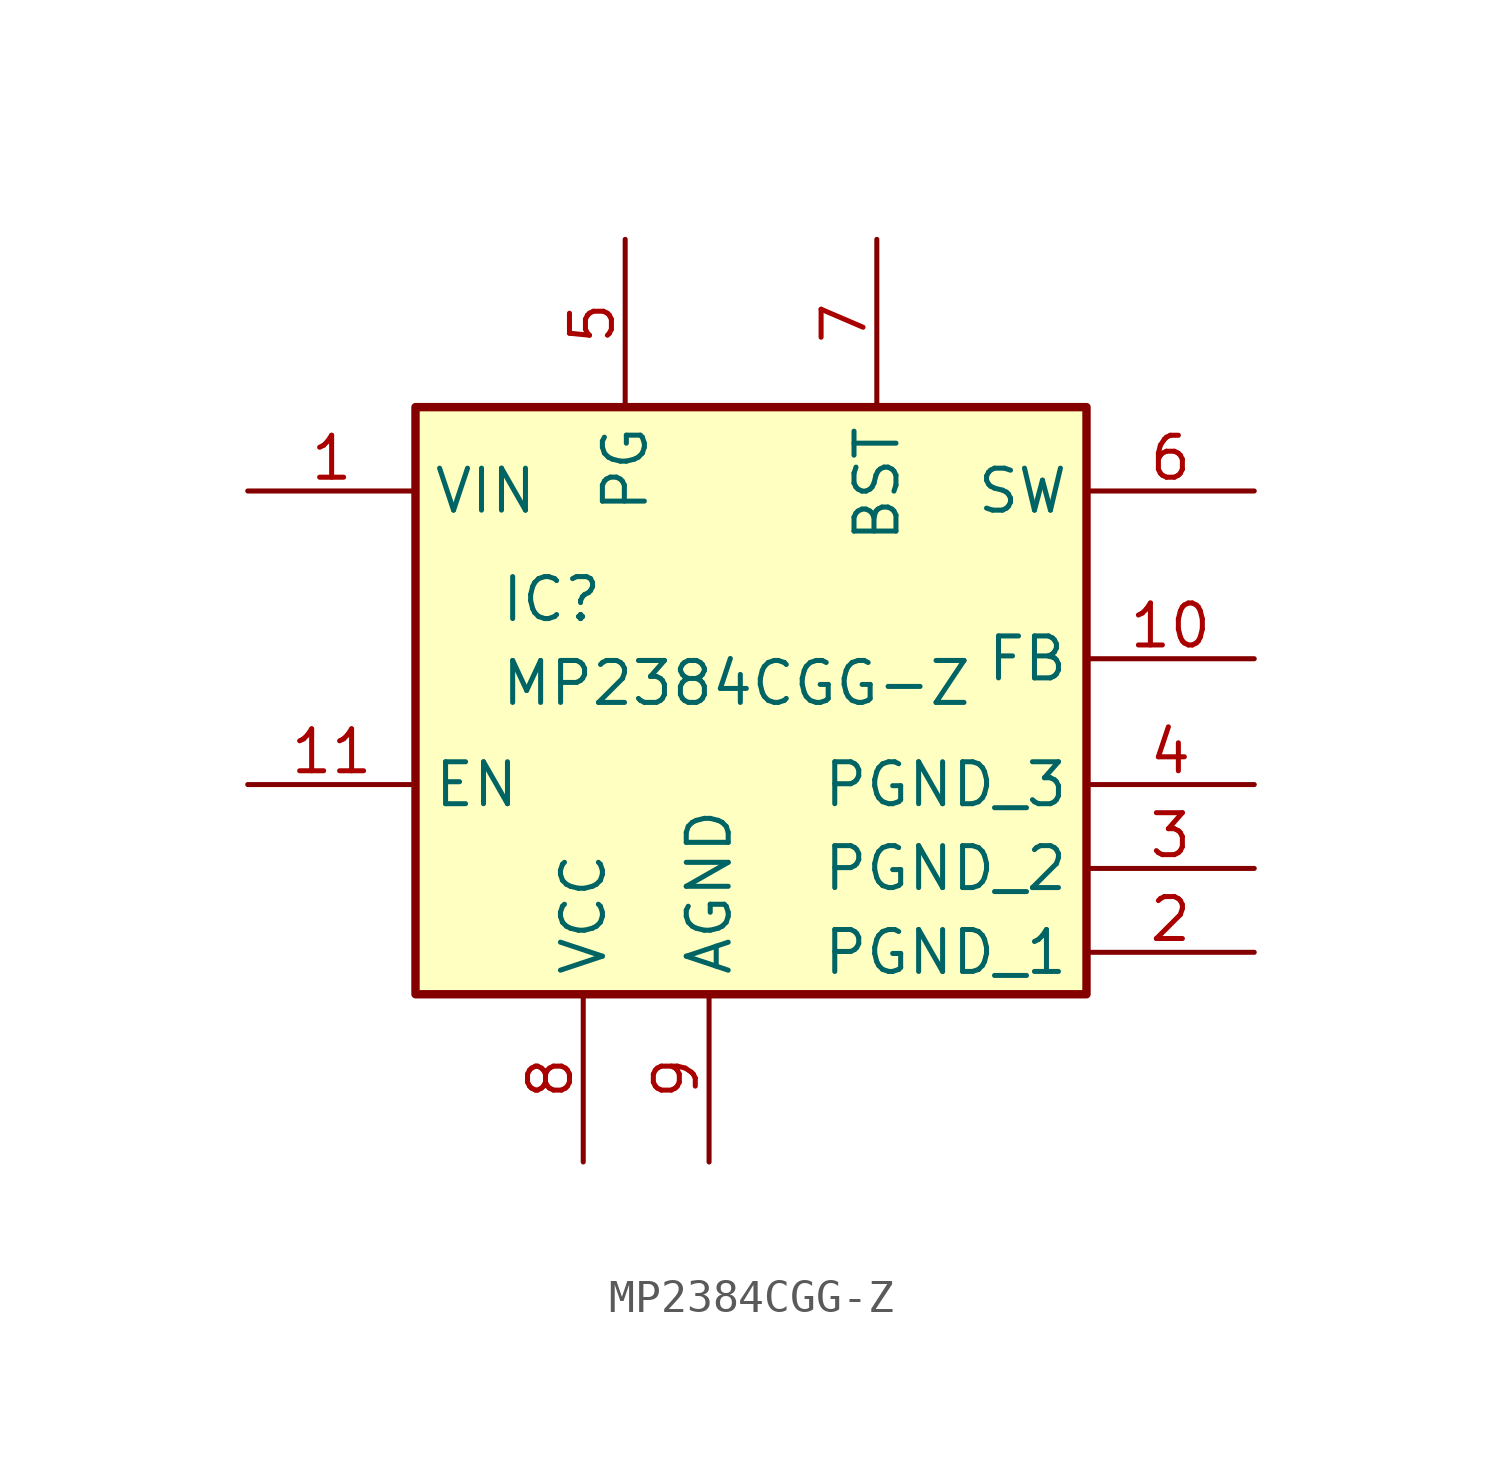
<source format=kicad_sym>
(kicad_symbol_lib
  (version 20220914)
  (generator kicad_symbol_editor)
  (symbol "MP2384CGG-Z"
    (property "Reference" "IC"
      (at 7.62 -2.54 0)
      (effects (font (size 1.27 1.27)) (justify left top)))
    (property "Value" "MP2384CGG-Z"
      (at 7.62 -5.08 0)
      (effects (font (size 1.27 1.27)) (justify left top)))
    (symbol "MP2384CGG-Z_1_1"
      (rectangle (start 5.08 2.54) (end 25.4 -15.24) (stroke (width 0.254) (type default)) (fill (type background)))
      (pin passive line (at 0 0 0) (length 5.08) (name "VIN" (effects (font (size 1.27 1.27)))) (number "1" (effects (font (size 1.27 1.27)))))
      (pin passive line (at 30.48 -5.08 180) (length 5.08) (name "FB" (effects (font (size 1.27 1.27)))) (number "10" (effects (font (size 1.27 1.27)))))
      (pin passive line (at 0 -8.89 0) (length 5.08) (name "EN" (effects (font (size 1.27 1.27)))) (number "11" (effects (font (size 1.27 1.27)))))
      (pin passive line (at 30.48 -13.97 180) (length 5.08) (name "PGND_1" (effects (font (size 1.27 1.27)))) (number "2" (effects (font (size 1.27 1.27)))))
      (pin passive line (at 30.48 -11.43 180) (length 5.08) (name "PGND_2" (effects (font (size 1.27 1.27)))) (number "3" (effects (font (size 1.27 1.27)))))
      (pin passive line (at 30.48 -8.89 180) (length 5.08) (name "PGND_3" (effects (font (size 1.27 1.27)))) (number "4" (effects (font (size 1.27 1.27)))))
      (pin passive line (at 11.43 7.62 270) (length 5.08) (name "PG" (effects (font (size 1.27 1.27)))) (number "5" (effects (font (size 1.27 1.27)))))
      (pin passive line (at 30.48 0 180) (length 5.08) (name "SW" (effects (font (size 1.27 1.27)))) (number "6" (effects (font (size 1.27 1.27)))))
      (pin passive line (at 19.05 7.62 270) (length 5.08) (name "BST" (effects (font (size 1.27 1.27)))) (number "7" (effects (font (size 1.27 1.27)))))
      (pin passive line (at 10.16 -20.32 90) (length 5.08) (name "VCC" (effects (font (size 1.27 1.27)))) (number "8" (effects (font (size 1.27 1.27)))))
      (pin passive line (at 13.97 -20.32 90) (length 5.08) (name "AGND" (effects (font (size 1.27 1.27)))) (number "9" (effects (font (size 1.27 1.27))))))))
</source>
